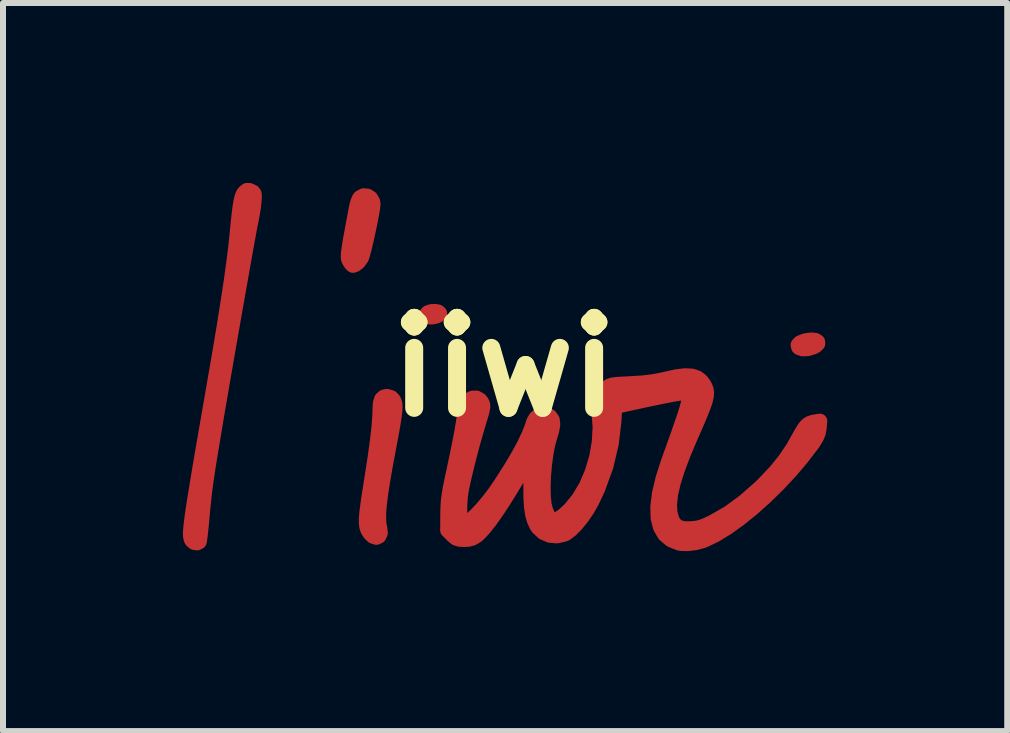
<source format=kicad_pcb>
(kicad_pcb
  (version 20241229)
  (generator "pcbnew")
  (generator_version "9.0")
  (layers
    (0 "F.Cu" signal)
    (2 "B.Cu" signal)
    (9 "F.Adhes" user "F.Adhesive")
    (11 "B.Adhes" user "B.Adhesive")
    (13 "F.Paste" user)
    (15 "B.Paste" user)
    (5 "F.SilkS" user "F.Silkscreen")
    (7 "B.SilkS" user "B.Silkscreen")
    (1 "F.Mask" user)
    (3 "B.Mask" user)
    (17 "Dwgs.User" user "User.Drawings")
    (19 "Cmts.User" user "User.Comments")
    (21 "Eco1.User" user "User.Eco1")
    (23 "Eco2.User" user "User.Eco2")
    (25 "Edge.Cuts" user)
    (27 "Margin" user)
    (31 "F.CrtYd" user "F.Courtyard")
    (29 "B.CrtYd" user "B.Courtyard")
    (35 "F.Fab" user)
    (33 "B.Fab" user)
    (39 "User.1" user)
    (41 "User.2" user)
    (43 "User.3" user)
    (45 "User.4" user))
  (footprint "iiwi"
    (layer "F.Cu")
    (at 5.356 3.072)
    (property "Reference" "iiwi" (at 0 0 0) (layer "F.SilkS") (effects (font (size 1.5 1.5) (thickness 0.3))))
    (attr board_only exclude_from_pos_files exclude_from_bom)
    (fp_poly (pts (xy -1.1 -0.92) (xy -1.076 -0.899) (xy -1.089 -0.874) (xy -1.13 -0.852) (xy -1.189 -0.839) (xy -1.214 -0.837) (xy -1.274 -0.841) (xy -1.298 -0.856) (xy -1.298 -0.878) (xy -1.272 -0.907) (xy -1.217 -0.926) (xy -1.151 -0.93)) (stroke (width 0.25) (type solid)) (fill yes) (layer "F.Cu"))
    (fp_poly (pts (xy 5.191 -0.446) (xy 5.227 -0.423) (xy 5.229 -0.392) (xy 5.193 -0.357) (xy 5.153 -0.336) (xy 5.061 -0.309) (xy 4.979 -0.305) (xy 4.921 -0.324) (xy 4.91 -0.334) (xy 4.901 -0.372) (xy 4.936 -0.407) (xy 5.013 -0.436) (xy 5.041 -0.443) (xy 5.127 -0.454)) (stroke (width 0.25) (type solid)) (fill yes) (layer "F.Cu"))
    (fp_poly (pts (xy -2.282 -2.853) (xy -2.226 -2.818) (xy -2.192 -2.758) (xy -2.186 -2.718) (xy -2.192 -2.664) (xy -2.206 -2.576) (xy -2.227 -2.464) (xy -2.253 -2.337) (xy -2.281 -2.205) (xy -2.31 -2.078) (xy -2.337 -1.966) (xy -2.361 -1.879) (xy -2.379 -1.825) (xy -2.382 -1.819) (xy -2.426 -1.757) (xy -2.48 -1.712) (xy -2.522 -1.698) (xy -2.542 -1.715) (xy -2.572 -1.756) (xy -2.584 -1.776) (xy -2.593 -1.797) (xy -2.598 -1.823) (xy -2.599 -1.861) (xy -2.595 -1.913) (xy -2.585 -1.986) (xy -2.57 -2.084) (xy -2.547 -2.211) (xy -2.517 -2.372) (xy -2.48 -2.572) (xy -2.462 -2.669) (xy -2.442 -2.745) (xy -2.418 -2.806) (xy -2.404 -2.826) (xy -2.345 -2.858)) (stroke (width 0.25) (type solid)) (fill yes) (layer "F.Cu"))
    (fp_poly (pts (xy -1.885 0.507) (xy -1.846 0.547) (xy -1.832 0.576) (xy -1.822 0.612) (xy -1.819 0.66) (xy -1.822 0.725) (xy -1.832 0.813) (xy -1.85 0.928) (xy -1.876 1.076) (xy -1.911 1.263) (xy -1.93 1.364) (xy -1.983 1.649) (xy -2.025 1.893) (xy -2.057 2.099) (xy -2.079 2.271) (xy -2.091 2.412) (xy -2.093 2.527) (xy -2.087 2.619) (xy -2.073 2.689) (xy -2.065 2.766) (xy -2.088 2.817) (xy -2.132 2.837) (xy -2.187 2.819) (xy -2.231 2.777) (xy -2.257 2.741) (xy -2.277 2.703) (xy -2.291 2.659) (xy -2.298 2.604) (xy -2.298 2.532) (xy -2.291 2.439) (xy -2.276 2.32) (xy -2.255 2.168) (xy -2.225 1.98) (xy -2.197 1.803) (xy -2.149 1.489) (xy -2.112 1.218) (xy -2.086 0.989) (xy -2.073 0.804) (xy -2.07 0.705) (xy -2.064 0.599) (xy -2.042 0.531) (xy -2.002 0.497) (xy -1.954 0.488)) (stroke (width 0.25) (type solid)) (fill yes) (layer "F.Cu"))
    (fp_poly (pts (xy -4.247 -2.945) (xy -4.22 -2.934) (xy -4.186 -2.916) (xy -4.169 -2.892) (xy -4.165 -2.849) (xy -4.169 -2.775) (xy -4.17 -2.761) (xy -4.182 -2.661) (xy -4.201 -2.543) (xy -4.22 -2.443) (xy -4.231 -2.389) (xy -4.25 -2.293) (xy -4.274 -2.161) (xy -4.304 -1.996) (xy -4.339 -1.802) (xy -4.377 -1.585) (xy -4.419 -1.349) (xy -4.463 -1.098) (xy -4.509 -0.837) (xy -4.556 -0.57) (xy -4.603 -0.301) (xy -4.649 -0.035) (xy -4.694 0.223) (xy -4.736 0.47) (xy -4.776 0.7) (xy -4.811 0.91) (xy -4.836 1.058) (xy -4.877 1.307) (xy -4.912 1.516) (xy -4.94 1.694) (xy -4.963 1.846) (xy -4.982 1.982) (xy -4.998 2.106) (xy -5.011 2.227) (xy -5.024 2.351) (xy -5.036 2.485) (xy -5.037 2.498) (xy -5.049 2.629) (xy -5.061 2.743) (xy -5.072 2.834) (xy -5.08 2.893) (xy -5.084 2.911) (xy -5.119 2.93) (xy -5.167 2.923) (xy -5.206 2.891) (xy -5.209 2.886) (xy -5.218 2.868) (xy -5.224 2.847) (xy -5.229 2.82) (xy -5.231 2.785) (xy -5.23 2.739) (xy -5.225 2.679) (xy -5.217 2.604) (xy -5.205 2.51) (xy -5.189 2.395) (xy -5.168 2.256) (xy -5.141 2.091) (xy -5.109 1.897) (xy -5.072 1.672) (xy -5.028 1.414) (xy -4.977 1.119) (xy -4.919 0.785) (xy -4.854 0.409) (xy -4.803 0.116) (xy -4.725 -0.338) (xy -4.657 -0.748) (xy -4.599 -1.117) (xy -4.549 -1.445) (xy -4.509 -1.736) (xy -4.477 -1.99) (xy -4.455 -2.198) (xy -4.436 -2.395) (xy -4.419 -2.551) (xy -4.404 -2.671) (xy -4.389 -2.761) (xy -4.374 -2.826) (xy -4.358 -2.871) (xy -4.34 -2.902) (xy -4.329 -2.915) (xy -4.288 -2.947)) (stroke (width 0.25) (type solid)) (fill yes) (layer "F.Cu"))
    (fp_poly (pts (xy 3.131 0.149) (xy 3.22 0.179) (xy 3.288 0.233) (xy 3.327 0.286) (xy 3.352 0.332) (xy 3.369 0.376) (xy 3.375 0.425) (xy 3.371 0.483) (xy 3.354 0.557) (xy 3.323 0.65) (xy 3.276 0.768) (xy 3.214 0.917) (xy 3.133 1.101) (xy 3.107 1.159) (xy 2.984 1.451) (xy 2.888 1.707) (xy 2.818 1.931) (xy 2.774 2.124) (xy 2.757 2.288) (xy 2.764 2.427) (xy 2.796 2.541) (xy 2.807 2.564) (xy 2.855 2.634) (xy 2.919 2.676) (xy 3.01 2.695) (xy 3.114 2.694) (xy 3.2 2.686) (xy 3.276 2.67) (xy 3.358 2.64) (xy 3.461 2.592) (xy 3.492 2.576) (xy 3.746 2.43) (xy 4.004 2.241) (xy 4.263 2.014) (xy 4.332 1.946) (xy 4.522 1.746) (xy 4.679 1.553) (xy 4.812 1.357) (xy 4.898 1.205) (xy 4.961 1.092) (xy 5.01 1.014) (xy 5.054 0.964) (xy 5.1 0.935) (xy 5.154 0.918) (xy 5.176 0.914) (xy 5.263 0.9) (xy 5.252 1.018) (xy 5.238 1.095) (xy 5.207 1.17) (xy 5.153 1.257) (xy 5.135 1.283) (xy 4.96 1.512) (xy 4.767 1.739) (xy 4.561 1.959) (xy 4.348 2.167) (xy 4.132 2.36) (xy 3.918 2.532) (xy 3.712 2.679) (xy 3.519 2.797) (xy 3.344 2.881) (xy 3.307 2.895) (xy 3.185 2.927) (xy 3.059 2.942) (xy 2.949 2.939) (xy 2.916 2.933) (xy 2.78 2.878) (xy 2.676 2.789) (xy 2.606 2.668) (xy 2.567 2.514) (xy 2.562 2.327) (xy 2.589 2.108) (xy 2.649 1.856) (xy 2.736 1.585) (xy 2.819 1.354) (xy 2.888 1.162) (xy 2.943 1.004) (xy 2.987 0.877) (xy 3.02 0.776) (xy 3.045 0.696) (xy 3.062 0.634) (xy 3.074 0.584) (xy 3.081 0.543) (xy 3.082 0.538) (xy 3.099 0.413) (xy 2.962 0.428) (xy 2.898 0.438) (xy 2.798 0.456) (xy 2.671 0.48) (xy 2.525 0.51) (xy 2.372 0.542) (xy 2.335 0.55) (xy 1.844 0.657) (xy 1.831 0.893) (xy 1.786 1.276) (xy 1.696 1.655) (xy 1.562 2.023) (xy 1.463 2.235) (xy 1.384 2.374) (xy 1.294 2.505) (xy 1.201 2.62) (xy 1.11 2.712) (xy 1.03 2.772) (xy 1.008 2.783) (xy 0.883 2.813) (xy 0.761 2.803) (xy 0.652 2.755) (xy 0.565 2.674) (xy 0.543 2.639) (xy 0.502 2.552) (xy 0.473 2.448) (xy 0.455 2.321) (xy 0.446 2.164) (xy 0.445 1.971) (xy 0.448 1.854) (xy 0.453 1.709) (xy 0.454 1.605) (xy 0.453 1.538) (xy 0.449 1.503) (xy 0.441 1.495) (xy 0.433 1.503) (xy 0.412 1.536) (xy 0.372 1.602) (xy 0.316 1.694) (xy 0.248 1.805) (xy 0.174 1.929) (xy 0.164 1.945) (xy 0.015 2.187) (xy -0.119 2.393) (xy -0.238 2.561) (xy -0.341 2.691) (xy -0.426 2.781) (xy -0.455 2.806) (xy -0.523 2.849) (xy -0.592 2.869) (xy -0.666 2.873) (xy -0.745 2.869) (xy -0.799 2.852) (xy -0.848 2.814) (xy -0.866 2.796) (xy -0.942 2.72) (xy -0.94 2.448) (xy -0.937 2.338) (xy -0.931 2.238) (xy -0.918 2.136) (xy -0.899 2.02) (xy -0.871 1.88) (xy -0.839 1.733) (xy -0.791 1.507) (xy -0.748 1.296) (xy -0.711 1.106) (xy -0.683 0.942) (xy -0.663 0.809) (xy -0.652 0.714) (xy -0.651 0.684) (xy -0.634 0.605) (xy -0.589 0.548) (xy -0.529 0.517) (xy -0.463 0.515) (xy -0.403 0.548) (xy -0.374 0.585) (xy -0.361 0.614) (xy -0.355 0.646) (xy -0.36 0.69) (xy -0.375 0.755) (xy -0.403 0.85) (xy -0.425 0.922) (xy -0.476 1.095) (xy -0.529 1.282) (xy -0.58 1.474) (xy -0.627 1.66) (xy -0.668 1.832) (xy -0.701 1.98) (xy -0.722 2.093) (xy -0.722 2.097) (xy -0.733 2.195) (xy -0.74 2.304) (xy -0.74 2.412) (xy -0.737 2.508) (xy -0.728 2.581) (xy -0.715 2.619) (xy -0.715 2.619) (xy -0.678 2.625) (xy -0.619 2.597) (xy -0.544 2.538) (xy -0.455 2.454) (xy -0.357 2.348) (xy -0.255 2.226) (xy -0.152 2.09) (xy -0.064 1.962) (xy 0.097 1.711) (xy 0.229 1.49) (xy 0.334 1.297) (xy 0.415 1.126) (xy 0.473 0.974) (xy 0.492 0.913) (xy 0.529 0.848) (xy 0.587 0.8) (xy 0.653 0.778) (xy 0.691 0.783) (xy 0.761 0.821) (xy 0.801 0.876) (xy 0.811 0.954) (xy 0.792 1.061) (xy 0.768 1.139) (xy 0.728 1.282) (xy 0.696 1.449) (xy 0.672 1.63) (xy 0.656 1.815) (xy 0.65 1.994) (xy 0.653 2.156) (xy 0.667 2.292) (xy 0.688 2.378) (xy 0.73 2.476) (xy 0.778 2.534) (xy 0.836 2.551) (xy 0.908 2.529) (xy 0.996 2.467) (xy 1.093 2.377) (xy 1.239 2.201) (xy 1.365 1.991) (xy 1.466 1.757) (xy 1.541 1.507) (xy 1.586 1.25) (xy 1.6 0.995) (xy 1.583 0.779) (xy 1.57 0.65) (xy 1.576 0.552) (xy 1.607 0.471) (xy 1.665 0.394) (xy 1.701 0.358) (xy 1.729 0.332) (xy 1.758 0.313) (xy 1.795 0.3) (xy 1.848 0.291) (xy 1.926 0.285) (xy 2.039 0.279) (xy 2.112 0.275) (xy 2.311 0.263) (xy 2.478 0.243) (xy 2.632 0.214) (xy 2.694 0.2) (xy 2.874 0.16) (xy 3.018 0.143)) (stroke (width 0.25) (type solid)) (fill yes) (layer "F.Cu")))
  (gr_rect
    (start -3 -3)
    (end 13.744 9.139)
    (stroke (width 0.1) (type default))
    (fill no)
    (layer "Edge.Cuts")))
</source>
